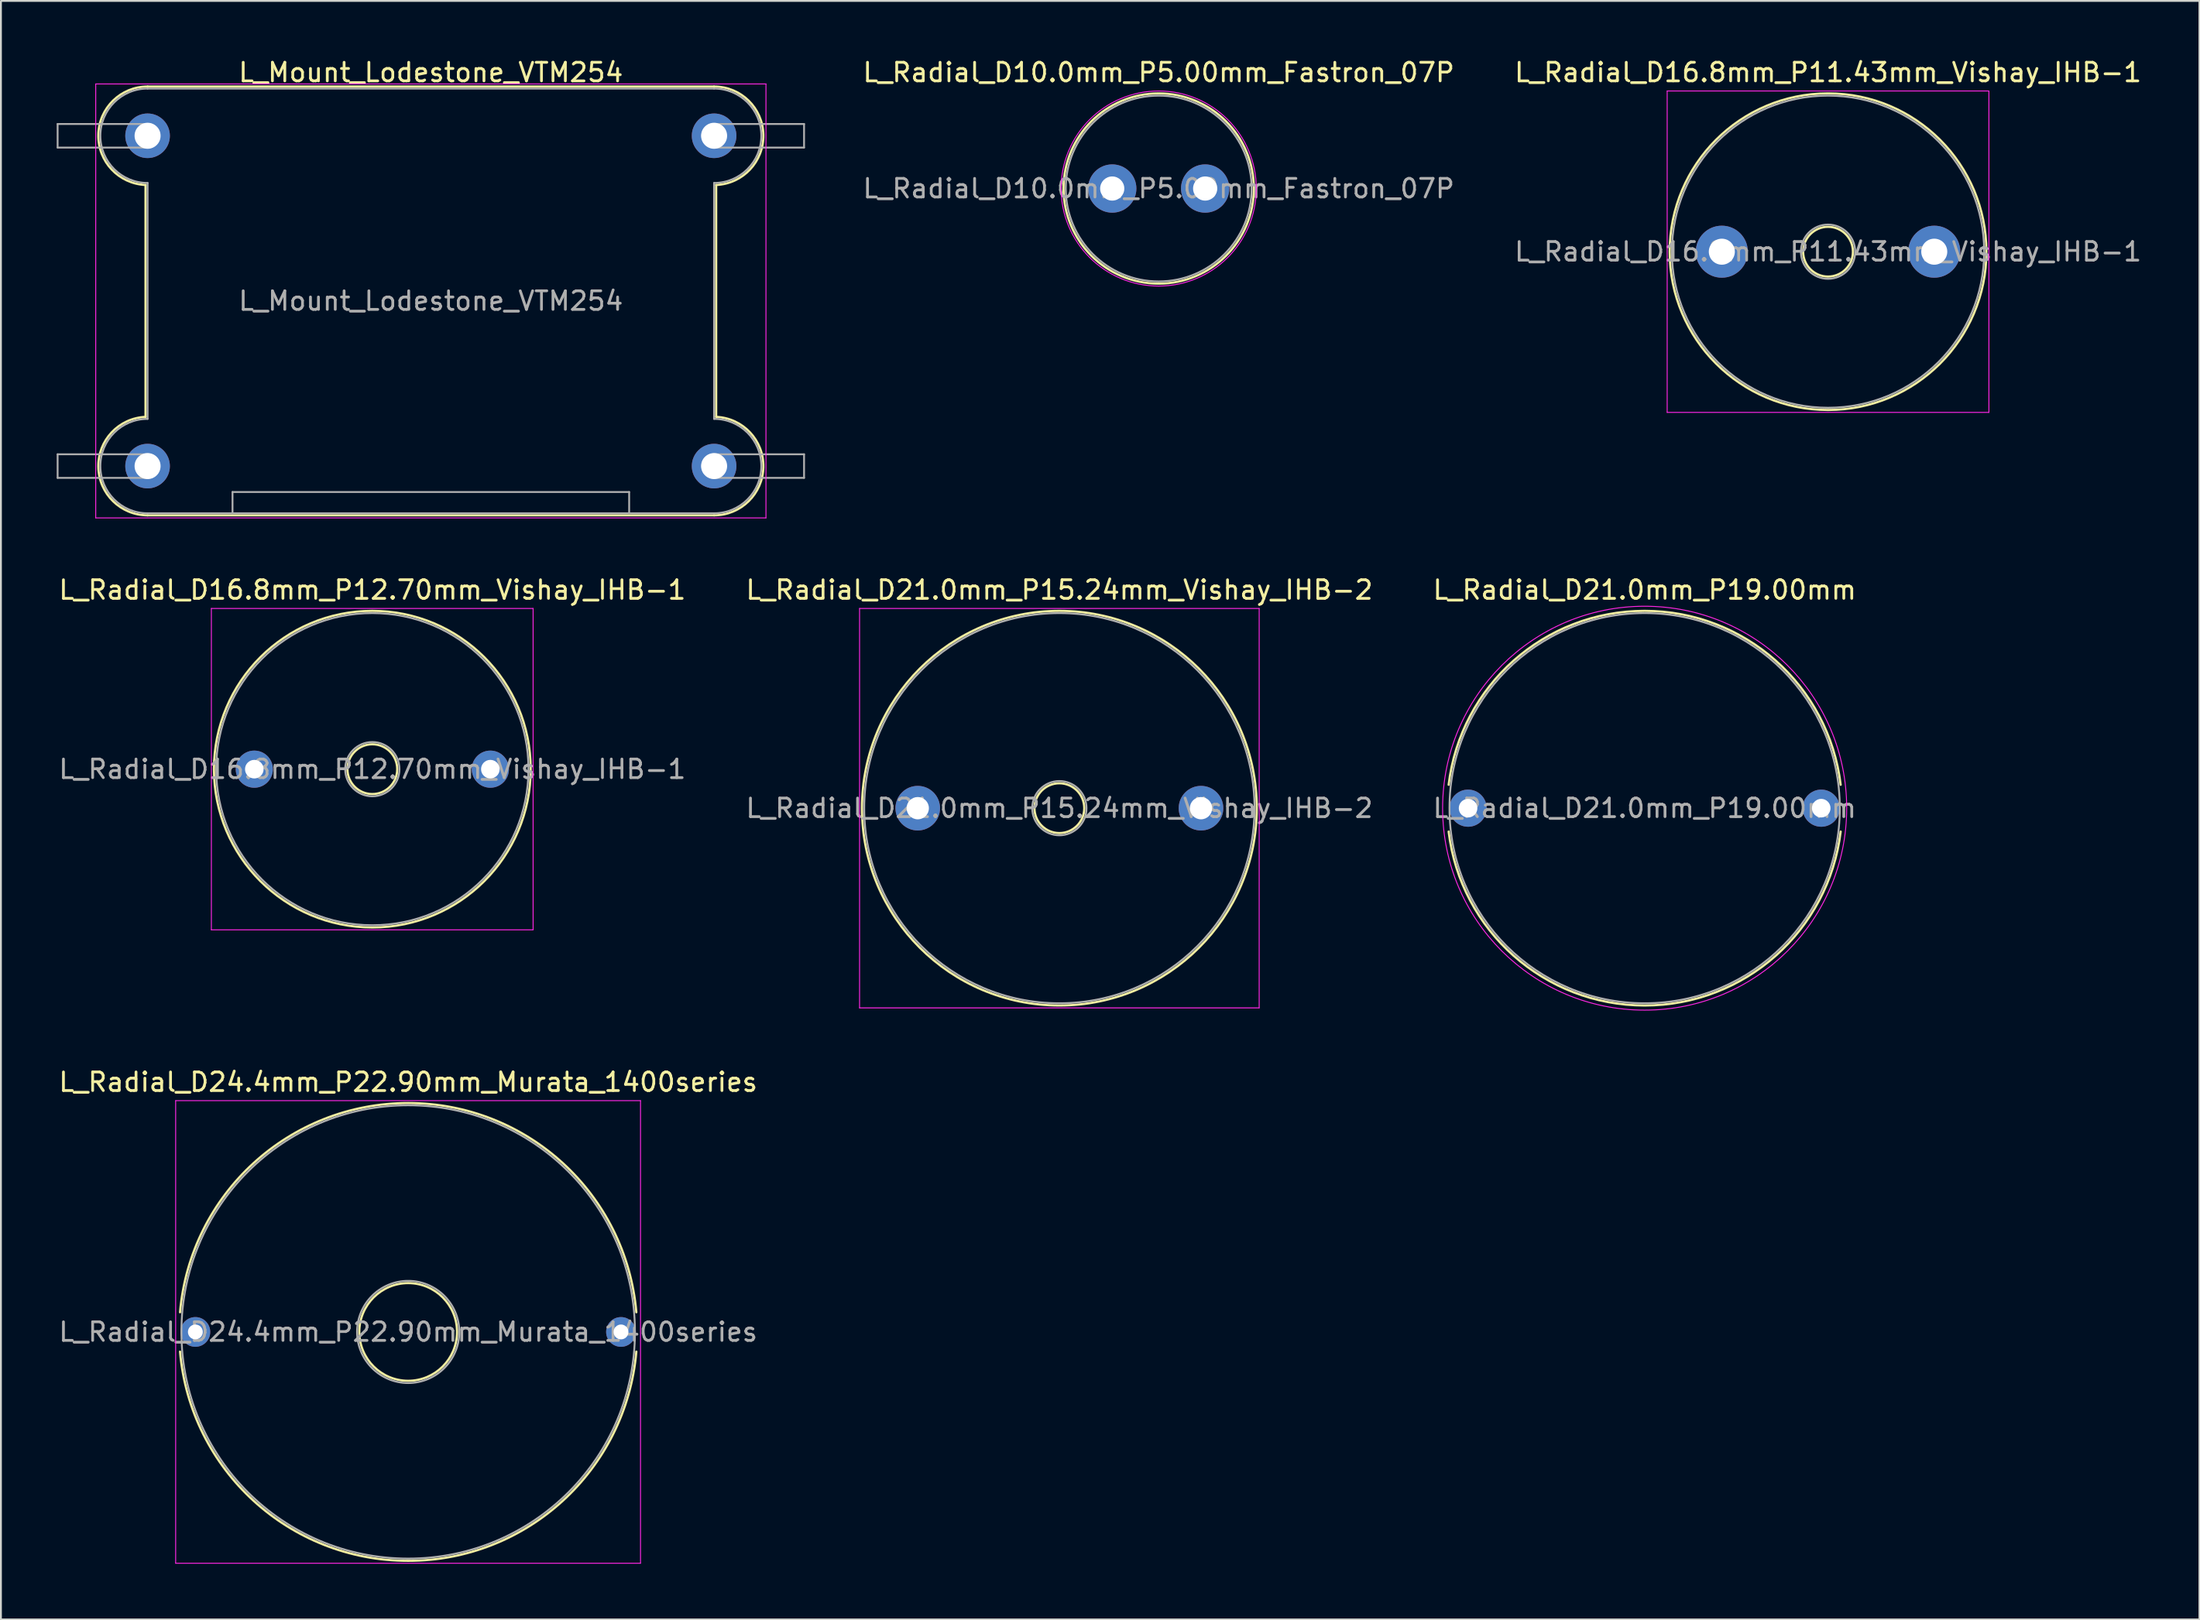
<source format=kicad_pcb>
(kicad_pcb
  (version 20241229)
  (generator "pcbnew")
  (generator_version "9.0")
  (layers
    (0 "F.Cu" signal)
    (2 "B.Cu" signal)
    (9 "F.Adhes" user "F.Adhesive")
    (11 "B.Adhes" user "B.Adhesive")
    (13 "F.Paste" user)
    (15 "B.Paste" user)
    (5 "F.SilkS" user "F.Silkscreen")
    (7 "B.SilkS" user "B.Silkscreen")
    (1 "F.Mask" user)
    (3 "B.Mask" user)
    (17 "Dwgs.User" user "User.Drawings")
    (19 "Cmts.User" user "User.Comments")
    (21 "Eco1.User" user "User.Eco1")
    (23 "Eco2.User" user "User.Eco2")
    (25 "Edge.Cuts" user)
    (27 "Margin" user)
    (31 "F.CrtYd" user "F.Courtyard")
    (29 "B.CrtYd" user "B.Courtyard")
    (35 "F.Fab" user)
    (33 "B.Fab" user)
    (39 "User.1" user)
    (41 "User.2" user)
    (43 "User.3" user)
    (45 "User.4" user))
  (footprint "L_Radial_D21.0mm_P15.24mm_Vishay_IHB-2"
    (layer "F.Cu")
    (at 46.326 40.452)
    (property "Reference" "L_Radial_D21.0mm_P15.24mm_Vishay_IHB-2" (at 7.62 -11.75 0) (layer "F.SilkS") (effects (font (size 1 1) (thickness 0.15))))
    (attr through_hole)
    (fp_circle (center 7.62 0) (end 8.96 0) (stroke (width 0.12) (type solid)) (fill no) (layer "F.SilkS"))
    (fp_circle (center 7.62 0) (end 18.24 0) (stroke (width 0.12) (type solid)) (fill no) (layer "F.SilkS"))
    (fp_line (start -3.13 -10.75) (end -3.13 10.75) (stroke (width 0.05) (type solid)) (layer "F.CrtYd"))
    (fp_line (start -3.13 10.75) (end 18.37 10.75) (stroke (width 0.05) (type solid)) (layer "F.CrtYd"))
    (fp_line (start 18.37 -10.75) (end -3.13 -10.75) (stroke (width 0.05) (type solid)) (layer "F.CrtYd"))
    (fp_line (start 18.37 10.75) (end 18.37 -10.75) (stroke (width 0.05) (type solid)) (layer "F.CrtYd"))
    (fp_circle (center 7.62 0) (end 9.08 0) (stroke (width 0.1) (type solid)) (fill no) (layer "F.Fab"))
    (fp_circle (center 7.62 0) (end 18.12 0) (stroke (width 0.1) (type solid)) (fill no) (layer "F.Fab"))
    (fp_text user "${REFERENCE}" (at 7.62 0 0) (layer "F.Fab") (effects (font (size 1 1) (thickness 0.15))))
    (pad "1" thru_hole circle (at 0 0) (size 2.4 2.4) (drill 1.2) (layers "*.Cu" "*.Mask"))
    (pad "2" thru_hole circle (at 15.24 0) (size 2.4 2.4) (drill 1.2) (layers "*.Cu" "*.Mask")))
  (footprint "L_Radial_D16.8mm_P12.70mm_Vishay_IHB-1"
    (layer "F.Cu")
    (at 10.632 38.352)
    (property "Reference" "L_Radial_D16.8mm_P12.70mm_Vishay_IHB-1" (at 6.35 -9.65 0) (layer "F.SilkS") (effects (font (size 1 1) (thickness 0.15))))
    (attr through_hole)
    (fp_circle (center 6.35 0) (end 7.69 0) (stroke (width 0.12) (type solid)) (fill no) (layer "F.SilkS"))
    (fp_circle (center 6.35 0) (end 14.87 0) (stroke (width 0.12) (type solid)) (fill no) (layer "F.SilkS"))
    (fp_line (start -2.31 -8.65) (end -2.31 8.65) (stroke (width 0.05) (type solid)) (layer "F.CrtYd"))
    (fp_line (start -2.31 8.65) (end 15 8.65) (stroke (width 0.05) (type solid)) (layer "F.CrtYd"))
    (fp_line (start 15 -8.65) (end -2.31 -8.65) (stroke (width 0.05) (type solid)) (layer "F.CrtYd"))
    (fp_line (start 15 8.65) (end 15 -8.65) (stroke (width 0.05) (type solid)) (layer "F.CrtYd"))
    (fp_circle (center 6.35 0) (end 7.81 0) (stroke (width 0.1) (type solid)) (fill no) (layer "F.Fab"))
    (fp_circle (center 6.35 0) (end 14.75 0) (stroke (width 0.1) (type solid)) (fill no) (layer "F.Fab"))
    (fp_text user "${REFERENCE}" (at 6.35 0 0) (layer "F.Fab") (effects (font (size 1 1) (thickness 0.15))))
    (pad "1" thru_hole circle (at 0 0) (size 2 2) (drill 1) (layers "*.Cu" "*.Mask"))
    (pad "2" thru_hole circle (at 12.7 0) (size 2 2) (drill 1) (layers "*.Cu" "*.Mask")))
  (footprint "L_Radial_D21.0mm_P19.00mm"
    (layer "F.Cu")
    (at 75.935 40.452)
    (property "Reference" "L_Radial_D21.0mm_P19.00mm" (at 9.5 -11.75 0) (layer "F.SilkS") (effects (font (size 1 1) (thickness 0.15))))
    (attr through_hole)
    (fp_arc (start -1.044989 -1.26) (mid 9.5 -10.62) (end 20.044989 -1.26) (stroke (width 0.12) (type solid)) (layer "F.SilkS"))
    (fp_arc (start 20.044989 1.26) (mid 9.5 10.62) (end -1.044989 1.26) (stroke (width 0.12) (type solid)) (layer "F.SilkS"))
    (fp_circle (center 9.5 0) (end 20.37 0) (stroke (width 0.05) (type solid)) (fill no) (layer "F.CrtYd"))
    (fp_circle (center 9.5 0) (end 20 0) (stroke (width 0.1) (type solid)) (fill no) (layer "F.Fab"))
    (fp_text user "${REFERENCE}" (at 9.5 0 0) (layer "F.Fab") (effects (font (size 1 1) (thickness 0.15))))
    (pad "1" thru_hole circle (at 0 0) (size 2 2) (drill 1) (layers "*.Cu" "*.Mask"))
    (pad "2" thru_hole circle (at 19 0) (size 2 2) (drill 1) (layers "*.Cu" "*.Mask")))
  (footprint "L_Radial_D10.0mm_P5.00mm_Fastron_07P"
    (layer "F.Cu")
    (at 56.79 7.098)
    (property "Reference" "L_Radial_D10.0mm_P5.00mm_Fastron_07P" (at 2.5 -6.25 0) (layer "F.SilkS") (effects (font (size 1 1) (thickness 0.15))))
    (attr through_hole)
    (fp_circle (center 2.5 0) (end 7.62 0) (stroke (width 0.12) (type solid)) (fill no) (layer "F.SilkS"))
    (fp_circle (center 2.5 0) (end 7.75 0) (stroke (width 0.05) (type solid)) (fill no) (layer "F.CrtYd"))
    (fp_circle (center 2.5 0) (end 7.5 0) (stroke (width 0.1) (type solid)) (fill no) (layer "F.Fab"))
    (fp_text user "${REFERENCE}" (at 2.5 0 0) (layer "F.Fab") (effects (font (size 1 1) (thickness 0.15))))
    (pad "1" thru_hole circle (at 0 0) (size 2.6 2.6) (drill 1.3) (layers "*.Cu" "*.Mask"))
    (pad "2" thru_hole circle (at 5 0) (size 2.6 2.6) (drill 1.3) (layers "*.Cu" "*.Mask")))
  (footprint "L_Radial_D16.8mm_P11.43mm_Vishay_IHB-1"
    (layer "F.Cu")
    (at 89.587 10.498)
    (property "Reference" "L_Radial_D16.8mm_P11.43mm_Vishay_IHB-1" (at 5.715 -9.65 0) (layer "F.SilkS") (effects (font (size 1 1) (thickness 0.15))))
    (attr through_hole)
    (fp_circle (center 5.715 0) (end 7.055 0) (stroke (width 0.12) (type solid)) (fill no) (layer "F.SilkS"))
    (fp_circle (center 5.715 0) (end 14.235 0) (stroke (width 0.12) (type solid)) (fill no) (layer "F.SilkS"))
    (fp_line (start -2.94 -8.65) (end -2.94 8.65) (stroke (width 0.05) (type solid)) (layer "F.CrtYd"))
    (fp_line (start -2.94 8.65) (end 14.37 8.65) (stroke (width 0.05) (type solid)) (layer "F.CrtYd"))
    (fp_line (start 14.37 -8.65) (end -2.94 -8.65) (stroke (width 0.05) (type solid)) (layer "F.CrtYd"))
    (fp_line (start 14.37 8.65) (end 14.37 -8.65) (stroke (width 0.05) (type solid)) (layer "F.CrtYd"))
    (fp_circle (center 5.715 0) (end 7.175 0) (stroke (width 0.1) (type solid)) (fill no) (layer "F.Fab"))
    (fp_circle (center 5.715 0) (end 14.115 0) (stroke (width 0.1) (type solid)) (fill no) (layer "F.Fab"))
    (fp_text user "${REFERENCE}" (at 5.715 0 0) (layer "F.Fab") (effects (font (size 1 1) (thickness 0.15))))
    (pad "1" thru_hole circle (at 0 0) (size 2.8 2.8) (drill 1.4) (layers "*.Cu" "*.Mask"))
    (pad "2" thru_hole circle (at 11.43 0) (size 2.8 2.8) (drill 1.4) (layers "*.Cu" "*.Mask")))
  (footprint "L_Radial_D24.4mm_P22.90mm_Murata_1400series"
    (layer "F.Cu")
    (at 7.461 68.645)
    (property "Reference" "L_Radial_D24.4mm_P22.90mm_Murata_1400series" (at 11.45 -13.45 0) (layer "F.SilkS") (effects (font (size 1 1) (thickness 0.15))))
    (attr through_hole)
    (fp_arc (start -0.824315 -1.06) (mid 11.45 -12.32) (end 23.724315 -1.06) (stroke (width 0.12) (type solid)) (layer "F.SilkS"))
    (fp_arc (start 23.724315 1.06) (mid 11.45 12.32) (end -0.824315 1.06) (stroke (width 0.12) (type solid)) (layer "F.SilkS"))
    (fp_circle (center 11.45 0) (end 14.08 0) (stroke (width 0.12) (type solid)) (fill no) (layer "F.SilkS"))
    (fp_line (start -1.06 -12.45) (end -1.06 12.45) (stroke (width 0.05) (type solid)) (layer "F.CrtYd"))
    (fp_line (start -1.06 12.45) (end 23.95 12.45) (stroke (width 0.05) (type solid)) (layer "F.CrtYd"))
    (fp_line (start 23.95 -12.45) (end -1.06 -12.45) (stroke (width 0.05) (type solid)) (layer "F.CrtYd"))
    (fp_line (start 23.95 12.45) (end 23.95 -12.45) (stroke (width 0.05) (type solid)) (layer "F.CrtYd"))
    (fp_circle (center 11.45 0) (end 14.2 0) (stroke (width 0.1) (type solid)) (fill no) (layer "F.Fab"))
    (fp_circle (center 11.45 0) (end 23.65 0) (stroke (width 0.1) (type solid)) (fill no) (layer "F.Fab"))
    (fp_text user "${REFERENCE}" (at 11.45 0 0) (layer "F.Fab") (effects (font (size 1 1) (thickness 0.15))))
    (pad "1" thru_hole circle (at 0 0) (size 1.6 1.6) (drill 0.8) (layers "*.Cu" "*.Mask"))
    (pad "2" thru_hole circle (at 22.9 0) (size 1.6 1.6) (drill 0.8) (layers "*.Cu" "*.Mask")))
  (footprint "L_Mount_Lodestone_VTM254"
    (layer "F.Cu")
    (at 4.89 22.038)
    (property "Reference" "L_Mount_Lodestone_VTM254" (at 15.24 -21.19 0) (layer "F.SilkS") (effects (font (size 1 1) (thickness 0.15))))
    (attr through_hole)
    (fp_line (start -0.11 -2.65) (end -0.11 -15.13) (stroke (width 0.12) (type solid)) (layer "F.SilkS"))
    (fp_line (start 0 -20.43) (end 30.48 -20.43) (stroke (width 0.12) (type solid)) (layer "F.SilkS"))
    (fp_line (start 0 2.65) (end 30.48 2.65) (stroke (width 0.12) (type solid)) (layer "F.SilkS"))
    (fp_line (start 30.59 -2.65) (end 30.59 -15.13) (stroke (width 0.12) (type solid)) (layer "F.SilkS"))
    (fp_arc (start -0.11097 -15.132325) (mid -2.649418 -17.835497) (end 0 -20.43) (stroke (width 0.12) (type solid)) (layer "F.SilkS"))
    (fp_arc (start 0 2.65) (mid -2.649419 0.055497) (end -0.11097 -2.647675) (stroke (width 0.12) (type solid)) (layer "F.SilkS"))
    (fp_arc (start 30.48 -20.43) (mid 33.129419 -17.835497) (end 30.59097 -15.132325) (stroke (width 0.12) (type solid)) (layer "F.SilkS"))
    (fp_arc (start 30.59097 -2.647675) (mid 33.129418 0.055497) (end 30.48 2.65) (stroke (width 0.12) (type solid)) (layer "F.SilkS"))
    (fp_line (start -2.79 -20.57) (end 33.27 -20.57) (stroke (width 0.05) (type solid)) (layer "F.CrtYd"))
    (fp_line (start -2.79 2.79) (end -2.79 -20.57) (stroke (width 0.05) (type solid)) (layer "F.CrtYd"))
    (fp_line (start -2.79 2.79) (end 33.27 2.79) (stroke (width 0.05) (type solid)) (layer "F.CrtYd"))
    (fp_line (start 33.27 2.79) (end 33.27 -20.57) (stroke (width 0.05) (type solid)) (layer "F.CrtYd"))
    (fp_line (start -4.84 -18.415) (end 0 -18.415) (stroke (width 0.1) (type solid)) (layer "F.Fab"))
    (fp_line (start -4.84 -17.145) (end -4.84 -18.415) (stroke (width 0.1) (type solid)) (layer "F.Fab"))
    (fp_line (start -4.84 -0.635) (end 0 -0.635) (stroke (width 0.1) (type solid)) (layer "F.Fab"))
    (fp_line (start -4.84 0.635) (end -4.84 -0.635) (stroke (width 0.1) (type solid)) (layer "F.Fab"))
    (fp_line (start 0 -20.32) (end 30.48 -20.32) (stroke (width 0.1) (type solid)) (layer "F.Fab"))
    (fp_line (start 0 -17.145) (end -4.84 -17.145) (stroke (width 0.1) (type solid)) (layer "F.Fab"))
    (fp_line (start 0 -2.54) (end 0 -15.24) (stroke (width 0.1) (type solid)) (layer "F.Fab"))
    (fp_line (start 0 0.635) (end -4.84 0.635) (stroke (width 0.1) (type solid)) (layer "F.Fab"))
    (fp_line (start 0 2.54) (end 30.48 2.54) (stroke (width 0.1) (type solid)) (layer "F.Fab"))
    (fp_line (start 4.57 1.395) (end 4.57 2.54) (stroke (width 0.1) (type solid)) (layer "F.Fab"))
    (fp_line (start 4.57 1.395) (end 25.91 1.395) (stroke (width 0.1) (type solid)) (layer "F.Fab"))
    (fp_line (start 25.91 1.395) (end 25.91 2.54) (stroke (width 0.1) (type solid)) (layer "F.Fab"))
    (fp_line (start 30.48 -18.415) (end 35.32 -18.415) (stroke (width 0.1) (type solid)) (layer "F.Fab"))
    (fp_line (start 30.48 -2.54) (end 30.48 -15.24) (stroke (width 0.1) (type solid)) (layer "F.Fab"))
    (fp_line (start 30.48 -0.635) (end 35.32 -0.635) (stroke (width 0.1) (type solid)) (layer "F.Fab"))
    (fp_line (start 35.32 -18.415) (end 35.32 -17.145) (stroke (width 0.1) (type solid)) (layer "F.Fab"))
    (fp_line (start 35.32 -17.145) (end 30.48 -17.145) (stroke (width 0.1) (type solid)) (layer "F.Fab"))
    (fp_line (start 35.32 -0.635) (end 35.32 0.635) (stroke (width 0.1) (type solid)) (layer "F.Fab"))
    (fp_line (start 35.32 0.635) (end 30.48 0.635) (stroke (width 0.1) (type solid)) (layer "F.Fab"))
    (fp_arc (start 0 -18.415) (mid 0.635 -17.78) (end 0 -17.145) (stroke (width 0.1) (type solid)) (layer "F.Fab"))
    (fp_arc (start 0 -15.24) (mid -2.54 -17.78) (end 0 -20.32) (stroke (width 0.1) (type solid)) (layer "F.Fab"))
    (fp_arc (start 0 -0.635) (mid 0.635 0) (end 0 0.635) (stroke (width 0.1) (type solid)) (layer "F.Fab"))
    (fp_arc (start 0 2.54) (mid -2.54 0) (end 0 -2.54) (stroke (width 0.1) (type solid)) (layer "F.Fab"))
    (fp_arc (start 30.48 -20.32) (mid 33.02 -17.78) (end 30.48 -15.24) (stroke (width 0.1) (type solid)) (layer "F.Fab"))
    (fp_arc (start 30.48 -17.145) (mid 29.845 -17.78) (end 30.48 -18.415) (stroke (width 0.1) (type solid)) (layer "F.Fab"))
    (fp_arc (start 30.48 -2.54) (mid 33.02 0) (end 30.48 2.54) (stroke (width 0.1) (type solid)) (layer "F.Fab"))
    (fp_arc (start 30.48 0.635) (mid 29.845 0) (end 30.48 -0.635) (stroke (width 0.1) (type solid)) (layer "F.Fab"))
    (fp_text user "${REFERENCE}" (at 15.24 -8.89 0) (layer "F.Fab") (effects (font (size 1 1) (thickness 0.15))))
    (pad "1" thru_hole circle (at 0 0) (size 2.4 2.4) (drill 1.4) (layers "*.Cu" "*.Mask"))
    (pad "2" thru_hole circle (at 30.48 -17.78) (size 2.4 2.4) (drill 1.4) (layers "*.Cu" "*.Mask"))
    (pad "3" thru_hole circle (at 0 -17.78) (size 2.4 2.4) (drill 1.4) (layers "*.Cu" "*.Mask"))
    (pad "4" thru_hole circle (at 30.48 0) (size 2.4 2.4) (drill 1.4) (layers "*.Cu" "*.Mask")))
  (gr_rect
    (start -3 -3)
    (end 115.284 84.12)
    (stroke (width 0.1) (type default))
    (fill no)
    (layer "Edge.Cuts")))
</source>
